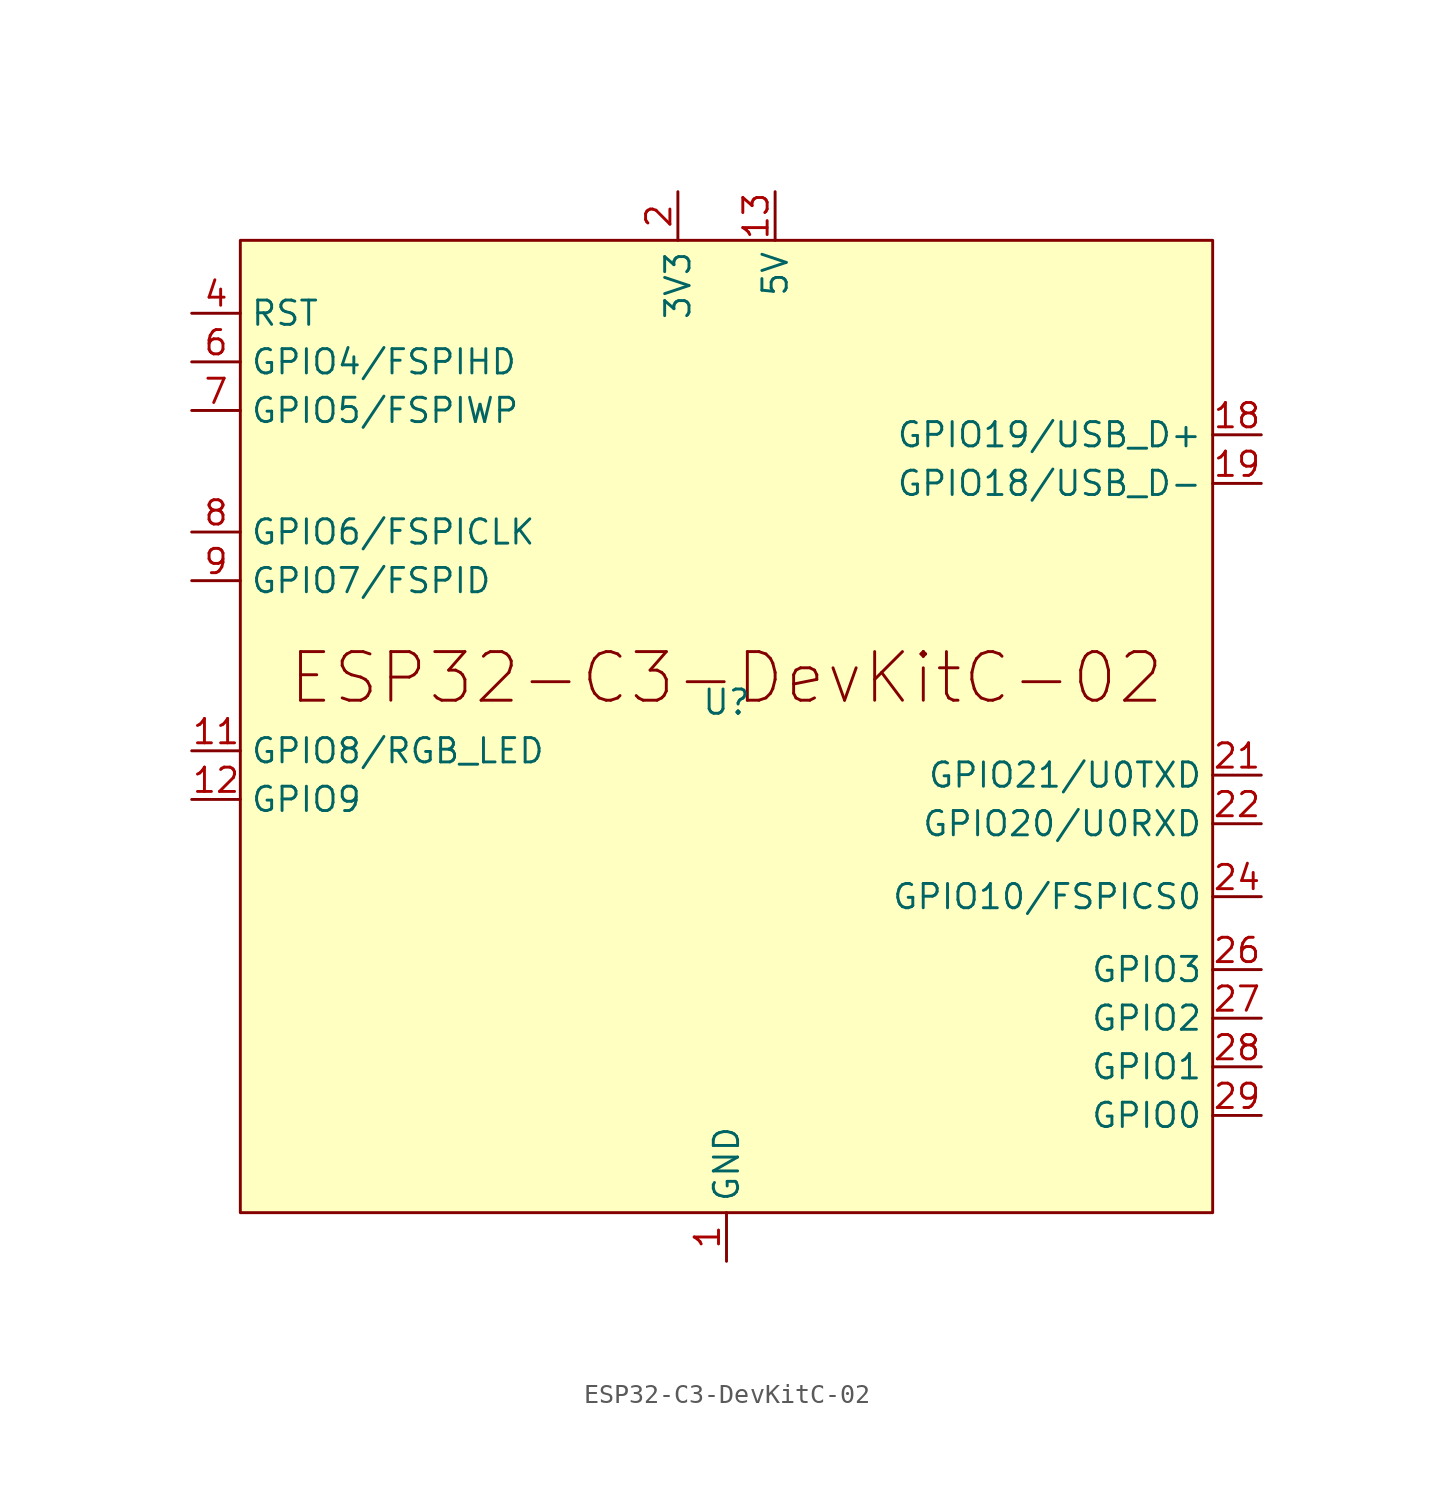
<source format=kicad_sym>
(kicad_symbol_lib
  (version 20220914)
  (generator kicad_symbol_editor)
  (symbol "ESP32-C3-DevKitC-02"
    (property "Reference" "U"
      (at 0 0 0)
      (effects (font (size 1.27 1.27))))
    (property "Value" ""
      (at 0 0 0)
      (effects (font (size 1.27 1.27))))
    (symbol "ESP32-C3-DevKitC-02_0_1"
      (rectangle (start -25.4 24.13) (end 25.4 -26.67) (stroke (width 0) (type default)) (fill (type background))))
    (symbol "ESP32-C3-DevKitC-02_1_0"
      (text "ESP32-C3-DevKitC-02" (at 0 1.27 0) (effects (font (size 2.54 2.54)))))
    (symbol "ESP32-C3-DevKitC-02_1_1"
      (pin passive line (at 0 -29.21 90) (length 2.54) (name "GND" (effects (font (size 1.27 1.27)))) (number "1" (effects (font (size 1.27 1.27)))))
      (pin passive line (at 0 -29.21 90) (length 2.54) hide (name "GND" (effects (font (size 1.27 1.27)))) (number "10" (effects (font (size 1.27 1.27)))))
      (pin bidirectional line (at -27.94 -2.54 0) (length 2.54) (name "GPIO8/RGB_LED" (effects (font (size 1.27 1.27)))) (number "11" (effects (font (size 1.27 1.27)))))
      (pin bidirectional line (at -27.94 -5.08 0) (length 2.54) (name "GPIO9" (effects (font (size 1.27 1.27)))) (number "12" (effects (font (size 1.27 1.27)))))
      (pin power_in line (at 2.54 26.67 270) (length 2.54) (name "5V" (effects (font (size 1.27 1.27)))) (number "13" (effects (font (size 1.27 1.27)))))
      (pin power_in line (at 2.54 26.67 270) (length 2.54) hide (name "5V" (effects (font (size 1.27 1.27)))) (number "14" (effects (font (size 1.27 1.27)))))
      (pin passive line (at 0 -29.21 90) (length 2.54) hide (name "GND" (effects (font (size 1.27 1.27)))) (number "15" (effects (font (size 1.27 1.27)))))
      (pin passive line (at 0 -29.21 90) (length 2.54) hide (name "GND" (effects (font (size 1.27 1.27)))) (number "16" (effects (font (size 1.27 1.27)))))
      (pin passive line (at 0 -29.21 90) (length 2.54) hide (name "GND" (effects (font (size 1.27 1.27)))) (number "17" (effects (font (size 1.27 1.27)))))
      (pin bidirectional line (at 27.94 13.97 180) (length 2.54) (name "GPIO19/USB_D+" (effects (font (size 1.27 1.27)))) (number "18" (effects (font (size 1.27 1.27)))))
      (pin bidirectional line (at 27.94 11.43 180) (length 2.54) (name "GPIO18/USB_D-" (effects (font (size 1.27 1.27)))) (number "19" (effects (font (size 1.27 1.27)))))
      (pin power_in line (at -2.54 26.67 270) (length 2.54) (name "3V3" (effects (font (size 1.27 1.27)))) (number "2" (effects (font (size 1.27 1.27)))))
      (pin passive line (at 0 -29.21 90) (length 2.54) hide (name "GND" (effects (font (size 1.27 1.27)))) (number "20" (effects (font (size 1.27 1.27)))))
      (pin bidirectional line (at 27.94 -3.81 180) (length 2.54) (name "GPIO21/U0TXD" (effects (font (size 1.27 1.27)))) (number "21" (effects (font (size 1.27 1.27)))))
      (pin bidirectional line (at 27.94 -6.35 180) (length 2.54) (name "GPIO20/U0RXD" (effects (font (size 1.27 1.27)))) (number "22" (effects (font (size 1.27 1.27)))))
      (pin passive line (at 0 -29.21 90) (length 2.54) hide (name "GND" (effects (font (size 1.27 1.27)))) (number "23" (effects (font (size 1.27 1.27)))))
      (pin bidirectional line (at 27.94 -10.16 180) (length 2.54) (name "GPIO10/FSPICS0" (effects (font (size 1.27 1.27)))) (number "24" (effects (font (size 1.27 1.27)))))
      (pin passive line (at 0 -29.21 90) (length 2.54) hide (name "GND" (effects (font (size 1.27 1.27)))) (number "25" (effects (font (size 1.27 1.27)))))
      (pin bidirectional line (at 27.94 -13.97 180) (length 2.54) (name "GPIO3" (effects (font (size 1.27 1.27)))) (number "26" (effects (font (size 1.27 1.27)))))
      (pin bidirectional line (at 27.94 -16.51 180) (length 2.54) (name "GPIO2" (effects (font (size 1.27 1.27)))) (number "27" (effects (font (size 1.27 1.27)))))
      (pin bidirectional line (at 27.94 -19.05 180) (length 2.54) (name "GPIO1" (effects (font (size 1.27 1.27)))) (number "28" (effects (font (size 1.27 1.27)))))
      (pin bidirectional line (at 27.94 -21.59 180) (length 2.54) (name "GPIO0" (effects (font (size 1.27 1.27)))) (number "29" (effects (font (size 1.27 1.27)))))
      (pin power_in line (at -2.54 26.67 270) (length 2.54) hide (name "3V3" (effects (font (size 1.27 1.27)))) (number "3" (effects (font (size 1.27 1.27)))))
      (pin passive line (at 0 -29.21 90) (length 2.54) hide (name "GND" (effects (font (size 1.27 1.27)))) (number "30" (effects (font (size 1.27 1.27)))))
      (pin input line (at -27.94 20.32 0) (length 2.54) (name "RST" (effects (font (size 1.27 1.27)))) (number "4" (effects (font (size 1.27 1.27)))))
      (pin passive line (at 0 -29.21 90) (length 2.54) hide (name "GND" (effects (font (size 1.27 1.27)))) (number "5" (effects (font (size 1.27 1.27)))))
      (pin bidirectional line (at -27.94 17.78 0) (length 2.54) (name "GPIO4/FSPIHD" (effects (font (size 1.27 1.27)))) (number "6" (effects (font (size 1.27 1.27)))))
      (pin bidirectional line (at -27.94 15.24 0) (length 2.54) (name "GPIO5/FSPIWP" (effects (font (size 1.27 1.27)))) (number "7" (effects (font (size 1.27 1.27)))))
      (pin bidirectional line (at -27.94 8.89 0) (length 2.54) (name "GPIO6/FSPICLK" (effects (font (size 1.27 1.27)))) (number "8" (effects (font (size 1.27 1.27)))))
      (pin bidirectional line (at -27.94 6.35 0) (length 2.54) (name "GPIO7/FSPID" (effects (font (size 1.27 1.27)))) (number "9" (effects (font (size 1.27 1.27))))))))
</source>
